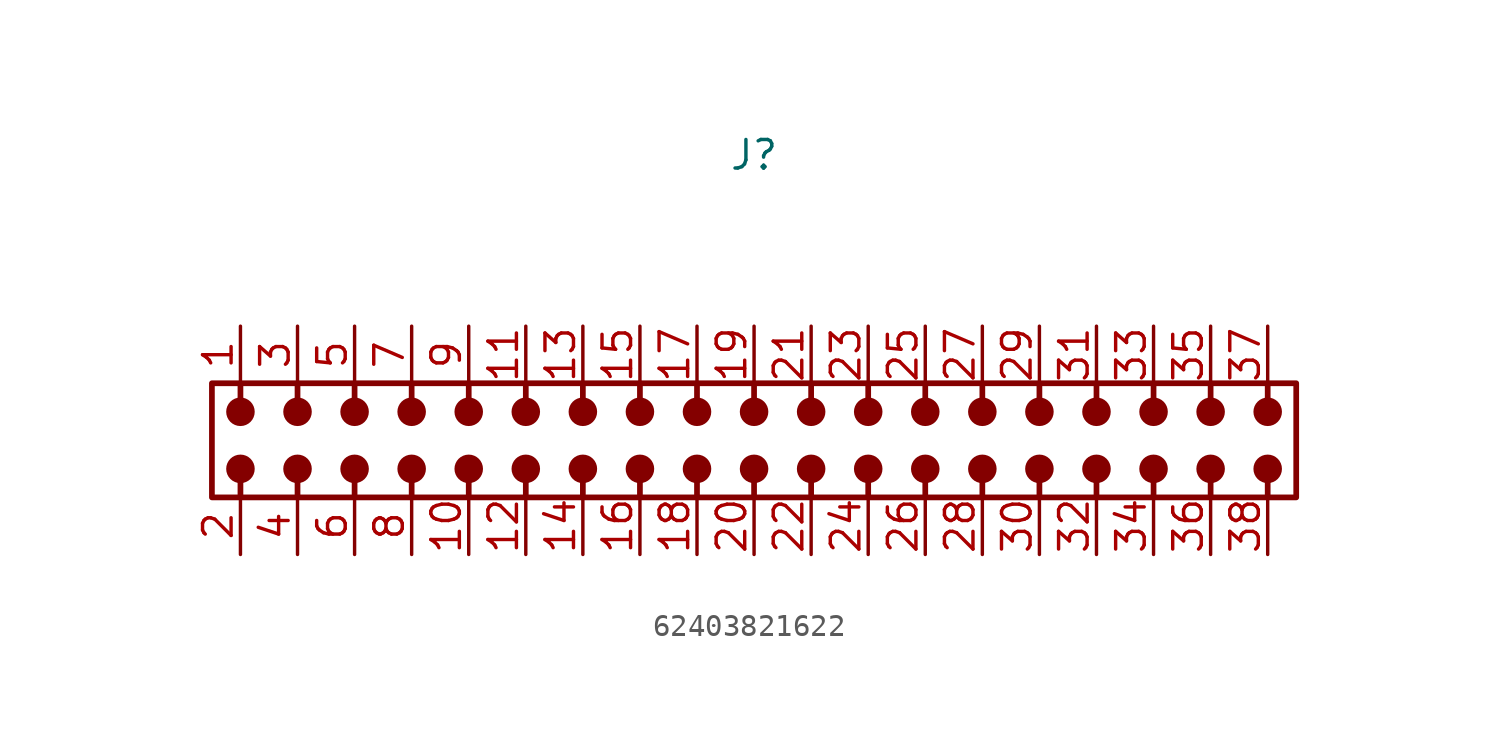
<source format=kicad_sym>
(kicad_symbol_lib
  (version 20241209)
  (generator "kicad_symbol_editor")
  (generator_version "9.0")
  (symbol "62403821622"
    (pin_names
      (hide yes))
    (property "Reference" "J"
      (at 0 12.7 0)
      (effects (font (size 1.27 1.27))))
    (symbol "62403821622_1_1"
      (rectangle (start -24.13 2.54) (end 24.13 -2.54) (stroke (width 0.254) (type solid)) (fill (type none)))
      (polyline (pts (xy -22.86 1.778) (xy -22.86 2.54)) (stroke (width 0.254) (type solid)) (fill (type none)))
      (circle (center -22.86 1.27) (radius 0.508) (stroke (width 0.254) (type solid)) (fill (type outline)))
      (circle (center -22.86 -1.27) (radius 0.508) (stroke (width 0.254) (type solid)) (fill (type outline)))
      (polyline (pts (xy -22.86 -1.778) (xy -22.86 -2.54)) (stroke (width 0.254) (type solid)) (fill (type none)))
      (polyline (pts (xy -20.32 1.778) (xy -20.32 2.54)) (stroke (width 0.254) (type solid)) (fill (type none)))
      (circle (center -20.32 1.27) (radius 0.508) (stroke (width 0.254) (type solid)) (fill (type outline)))
      (circle (center -20.32 -1.27) (radius 0.508) (stroke (width 0.254) (type solid)) (fill (type outline)))
      (polyline (pts (xy -20.32 -1.778) (xy -20.32 -2.54)) (stroke (width 0.254) (type solid)) (fill (type none)))
      (polyline (pts (xy -17.78 1.778) (xy -17.78 2.54)) (stroke (width 0.254) (type solid)) (fill (type none)))
      (circle (center -17.78 1.27) (radius 0.508) (stroke (width 0.254) (type solid)) (fill (type outline)))
      (circle (center -17.78 -1.27) (radius 0.508) (stroke (width 0.254) (type solid)) (fill (type outline)))
      (polyline (pts (xy -17.78 -1.778) (xy -17.78 -2.54)) (stroke (width 0.254) (type solid)) (fill (type none)))
      (polyline (pts (xy -15.24 1.778) (xy -15.24 2.54)) (stroke (width 0.254) (type solid)) (fill (type none)))
      (circle (center -15.24 1.27) (radius 0.508) (stroke (width 0.254) (type solid)) (fill (type outline)))
      (circle (center -15.24 -1.27) (radius 0.508) (stroke (width 0.254) (type solid)) (fill (type outline)))
      (polyline (pts (xy -15.24 -1.778) (xy -15.24 -2.54)) (stroke (width 0.254) (type solid)) (fill (type none)))
      (polyline (pts (xy -12.7 1.778) (xy -12.7 2.54)) (stroke (width 0.254) (type solid)) (fill (type none)))
      (circle (center -12.7 1.27) (radius 0.508) (stroke (width 0.254) (type solid)) (fill (type outline)))
      (circle (center -12.7 -1.27) (radius 0.508) (stroke (width 0.254) (type solid)) (fill (type outline)))
      (polyline (pts (xy -12.7 -1.778) (xy -12.7 -2.54)) (stroke (width 0.254) (type solid)) (fill (type none)))
      (polyline (pts (xy -10.16 1.778) (xy -10.16 2.54)) (stroke (width 0.254) (type solid)) (fill (type none)))
      (circle (center -10.16 1.27) (radius 0.508) (stroke (width 0.254) (type solid)) (fill (type outline)))
      (circle (center -10.16 -1.27) (radius 0.508) (stroke (width 0.254) (type solid)) (fill (type outline)))
      (polyline (pts (xy -10.16 -1.778) (xy -10.16 -2.54)) (stroke (width 0.254) (type solid)) (fill (type none)))
      (polyline (pts (xy -7.62 1.778) (xy -7.62 2.54)) (stroke (width 0.254) (type solid)) (fill (type none)))
      (circle (center -7.62 1.27) (radius 0.508) (stroke (width 0.254) (type solid)) (fill (type outline)))
      (circle (center -7.62 -1.27) (radius 0.508) (stroke (width 0.254) (type solid)) (fill (type outline)))
      (polyline (pts (xy -7.62 -1.778) (xy -7.62 -2.54)) (stroke (width 0.254) (type solid)) (fill (type none)))
      (polyline (pts (xy -5.08 1.778) (xy -5.08 2.54)) (stroke (width 0.254) (type solid)) (fill (type none)))
      (circle (center -5.08 1.27) (radius 0.508) (stroke (width 0.254) (type solid)) (fill (type outline)))
      (circle (center -5.08 -1.27) (radius 0.508) (stroke (width 0.254) (type solid)) (fill (type outline)))
      (polyline (pts (xy -5.08 -1.778) (xy -5.08 -2.54)) (stroke (width 0.254) (type solid)) (fill (type none)))
      (polyline (pts (xy -2.54 1.778) (xy -2.54 2.54)) (stroke (width 0.254) (type solid)) (fill (type none)))
      (circle (center -2.54 1.27) (radius 0.508) (stroke (width 0.254) (type solid)) (fill (type outline)))
      (circle (center -2.54 -1.27) (radius 0.508) (stroke (width 0.254) (type solid)) (fill (type outline)))
      (polyline (pts (xy -2.54 -1.778) (xy -2.54 -2.54)) (stroke (width 0.254) (type solid)) (fill (type none)))
      (polyline (pts (xy 0 1.778) (xy 0 2.54)) (stroke (width 0.254) (type solid)) (fill (type none)))
      (circle (center 0 1.27) (radius 0.508) (stroke (width 0.254) (type solid)) (fill (type outline)))
      (circle (center 0 -1.27) (radius 0.508) (stroke (width 0.254) (type solid)) (fill (type outline)))
      (polyline (pts (xy 0 -1.778) (xy 0 -2.54)) (stroke (width 0.254) (type solid)) (fill (type none)))
      (polyline (pts (xy 2.54 1.778) (xy 2.54 2.54)) (stroke (width 0.254) (type solid)) (fill (type none)))
      (circle (center 2.54 1.27) (radius 0.508) (stroke (width 0.254) (type solid)) (fill (type outline)))
      (circle (center 2.54 -1.27) (radius 0.508) (stroke (width 0.254) (type solid)) (fill (type outline)))
      (polyline (pts (xy 2.54 -1.778) (xy 2.54 -2.54)) (stroke (width 0.254) (type solid)) (fill (type none)))
      (polyline (pts (xy 5.08 1.778) (xy 5.08 2.54)) (stroke (width 0.254) (type solid)) (fill (type none)))
      (circle (center 5.08 1.27) (radius 0.508) (stroke (width 0.254) (type solid)) (fill (type outline)))
      (circle (center 5.08 -1.27) (radius 0.508) (stroke (width 0.254) (type solid)) (fill (type outline)))
      (polyline (pts (xy 5.08 -1.778) (xy 5.08 -2.54)) (stroke (width 0.254) (type solid)) (fill (type none)))
      (polyline (pts (xy 7.62 1.778) (xy 7.62 2.54)) (stroke (width 0.254) (type solid)) (fill (type none)))
      (circle (center 7.62 1.27) (radius 0.508) (stroke (width 0.254) (type solid)) (fill (type outline)))
      (circle (center 7.62 -1.27) (radius 0.508) (stroke (width 0.254) (type solid)) (fill (type outline)))
      (polyline (pts (xy 7.62 -1.778) (xy 7.62 -2.54)) (stroke (width 0.254) (type solid)) (fill (type none)))
      (polyline (pts (xy 10.16 1.778) (xy 10.16 2.54)) (stroke (width 0.254) (type solid)) (fill (type none)))
      (circle (center 10.16 1.27) (radius 0.508) (stroke (width 0.254) (type solid)) (fill (type outline)))
      (circle (center 10.16 -1.27) (radius 0.508) (stroke (width 0.254) (type solid)) (fill (type outline)))
      (polyline (pts (xy 10.16 -1.778) (xy 10.16 -2.54)) (stroke (width 0.254) (type solid)) (fill (type none)))
      (polyline (pts (xy 12.7 1.778) (xy 12.7 2.54)) (stroke (width 0.254) (type solid)) (fill (type none)))
      (circle (center 12.7 1.27) (radius 0.508) (stroke (width 0.254) (type solid)) (fill (type outline)))
      (circle (center 12.7 -1.27) (radius 0.508) (stroke (width 0.254) (type solid)) (fill (type outline)))
      (polyline (pts (xy 12.7 -1.778) (xy 12.7 -2.54)) (stroke (width 0.254) (type solid)) (fill (type none)))
      (polyline (pts (xy 15.24 1.778) (xy 15.24 2.54)) (stroke (width 0.254) (type solid)) (fill (type none)))
      (circle (center 15.24 1.27) (radius 0.508) (stroke (width 0.254) (type solid)) (fill (type outline)))
      (circle (center 15.24 -1.27) (radius 0.508) (stroke (width 0.254) (type solid)) (fill (type outline)))
      (polyline (pts (xy 15.24 -1.778) (xy 15.24 -2.54)) (stroke (width 0.254) (type solid)) (fill (type none)))
      (polyline (pts (xy 17.78 1.778) (xy 17.78 2.54)) (stroke (width 0.254) (type solid)) (fill (type none)))
      (circle (center 17.78 1.27) (radius 0.508) (stroke (width 0.254) (type solid)) (fill (type outline)))
      (circle (center 17.78 -1.27) (radius 0.508) (stroke (width 0.254) (type solid)) (fill (type outline)))
      (polyline (pts (xy 17.78 -1.778) (xy 17.78 -2.54)) (stroke (width 0.254) (type solid)) (fill (type none)))
      (polyline (pts (xy 20.32 1.778) (xy 20.32 2.54)) (stroke (width 0.254) (type solid)) (fill (type none)))
      (circle (center 20.32 1.27) (radius 0.508) (stroke (width 0.254) (type solid)) (fill (type outline)))
      (circle (center 20.32 -1.27) (radius 0.508) (stroke (width 0.254) (type solid)) (fill (type outline)))
      (polyline (pts (xy 20.32 -1.778) (xy 20.32 -2.54)) (stroke (width 0.254) (type solid)) (fill (type none)))
      (polyline (pts (xy 22.86 1.778) (xy 22.86 2.54)) (stroke (width 0.254) (type solid)) (fill (type none)))
      (circle (center 22.86 1.27) (radius 0.508) (stroke (width 0.254) (type solid)) (fill (type outline)))
      (circle (center 22.86 -1.27) (radius 0.508) (stroke (width 0.254) (type solid)) (fill (type outline)))
      (polyline (pts (xy 22.86 -1.778) (xy 22.86 -2.54)) (stroke (width 0.254) (type solid)) (fill (type none)))
      (pin passive line (at -22.86 5.08 270) (length 2.54) (name "1" (effects (font (size 1.27 1.27)))) (number "1" (effects (font (size 1.27 1.27)))))
      (pin passive line (at -22.86 -5.08 90) (length 2.54) (name "2" (effects (font (size 1.27 1.27)))) (number "2" (effects (font (size 1.27 1.27)))))
      (pin passive line (at -20.32 5.08 270) (length 2.54) (name "3" (effects (font (size 1.27 1.27)))) (number "3" (effects (font (size 1.27 1.27)))))
      (pin passive line (at -20.32 -5.08 90) (length 2.54) (name "4" (effects (font (size 1.27 1.27)))) (number "4" (effects (font (size 1.27 1.27)))))
      (pin passive line (at -17.78 5.08 270) (length 2.54) (name "5" (effects (font (size 1.27 1.27)))) (number "5" (effects (font (size 1.27 1.27)))))
      (pin passive line (at -17.78 -5.08 90) (length 2.54) (name "6" (effects (font (size 1.27 1.27)))) (number "6" (effects (font (size 1.27 1.27)))))
      (pin passive line (at -15.24 5.08 270) (length 2.54) (name "7" (effects (font (size 1.27 1.27)))) (number "7" (effects (font (size 1.27 1.27)))))
      (pin passive line (at -15.24 -5.08 90) (length 2.54) (name "8" (effects (font (size 1.27 1.27)))) (number "8" (effects (font (size 1.27 1.27)))))
      (pin passive line (at -12.7 5.08 270) (length 2.54) (name "9" (effects (font (size 1.27 1.27)))) (number "9" (effects (font (size 1.27 1.27)))))
      (pin passive line (at -12.7 -5.08 90) (length 2.54) (name "10" (effects (font (size 1.27 1.27)))) (number "10" (effects (font (size 1.27 1.27)))))
      (pin passive line (at -10.16 5.08 270) (length 2.54) (name "11" (effects (font (size 1.27 1.27)))) (number "11" (effects (font (size 1.27 1.27)))))
      (pin passive line (at -10.16 -5.08 90) (length 2.54) (name "12" (effects (font (size 1.27 1.27)))) (number "12" (effects (font (size 1.27 1.27)))))
      (pin passive line (at -7.62 5.08 270) (length 2.54) (name "13" (effects (font (size 1.27 1.27)))) (number "13" (effects (font (size 1.27 1.27)))))
      (pin passive line (at -7.62 -5.08 90) (length 2.54) (name "14" (effects (font (size 1.27 1.27)))) (number "14" (effects (font (size 1.27 1.27)))))
      (pin passive line (at -5.08 5.08 270) (length 2.54) (name "15" (effects (font (size 1.27 1.27)))) (number "15" (effects (font (size 1.27 1.27)))))
      (pin passive line (at -5.08 -5.08 90) (length 2.54) (name "16" (effects (font (size 1.27 1.27)))) (number "16" (effects (font (size 1.27 1.27)))))
      (pin passive line (at -2.54 5.08 270) (length 2.54) (name "17" (effects (font (size 1.27 1.27)))) (number "17" (effects (font (size 1.27 1.27)))))
      (pin passive line (at -2.54 -5.08 90) (length 2.54) (name "18" (effects (font (size 1.27 1.27)))) (number "18" (effects (font (size 1.27 1.27)))))
      (pin passive line (at 0 5.08 270) (length 2.54) (name "19" (effects (font (size 1.27 1.27)))) (number "19" (effects (font (size 1.27 1.27)))))
      (pin passive line (at 0 -5.08 90) (length 2.54) (name "20" (effects (font (size 1.27 1.27)))) (number "20" (effects (font (size 1.27 1.27)))))
      (pin passive line (at 2.54 5.08 270) (length 2.54) (name "21" (effects (font (size 1.27 1.27)))) (number "21" (effects (font (size 1.27 1.27)))))
      (pin passive line (at 2.54 -5.08 90) (length 2.54) (name "22" (effects (font (size 1.27 1.27)))) (number "22" (effects (font (size 1.27 1.27)))))
      (pin passive line (at 5.08 5.08 270) (length 2.54) (name "23" (effects (font (size 1.27 1.27)))) (number "23" (effects (font (size 1.27 1.27)))))
      (pin passive line (at 5.08 -5.08 90) (length 2.54) (name "24" (effects (font (size 1.27 1.27)))) (number "24" (effects (font (size 1.27 1.27)))))
      (pin passive line (at 7.62 5.08 270) (length 2.54) (name "25" (effects (font (size 1.27 1.27)))) (number "25" (effects (font (size 1.27 1.27)))))
      (pin passive line (at 7.62 -5.08 90) (length 2.54) (name "26" (effects (font (size 1.27 1.27)))) (number "26" (effects (font (size 1.27 1.27)))))
      (pin passive line (at 10.16 5.08 270) (length 2.54) (name "27" (effects (font (size 1.27 1.27)))) (number "27" (effects (font (size 1.27 1.27)))))
      (pin passive line (at 10.16 -5.08 90) (length 2.54) (name "28" (effects (font (size 1.27 1.27)))) (number "28" (effects (font (size 1.27 1.27)))))
      (pin passive line (at 12.7 5.08 270) (length 2.54) (name "29" (effects (font (size 1.27 1.27)))) (number "29" (effects (font (size 1.27 1.27)))))
      (pin passive line (at 12.7 -5.08 90) (length 2.54) (name "30" (effects (font (size 1.27 1.27)))) (number "30" (effects (font (size 1.27 1.27)))))
      (pin passive line (at 15.24 5.08 270) (length 2.54) (name "31" (effects (font (size 1.27 1.27)))) (number "31" (effects (font (size 1.27 1.27)))))
      (pin passive line (at 15.24 -5.08 90) (length 2.54) (name "32" (effects (font (size 1.27 1.27)))) (number "32" (effects (font (size 1.27 1.27)))))
      (pin passive line (at 17.78 5.08 270) (length 2.54) (name "33" (effects (font (size 1.27 1.27)))) (number "33" (effects (font (size 1.27 1.27)))))
      (pin passive line (at 17.78 -5.08 90) (length 2.54) (name "34" (effects (font (size 1.27 1.27)))) (number "34" (effects (font (size 1.27 1.27)))))
      (pin passive line (at 20.32 5.08 270) (length 2.54) (name "35" (effects (font (size 1.27 1.27)))) (number "35" (effects (font (size 1.27 1.27)))))
      (pin passive line (at 20.32 -5.08 90) (length 2.54) (name "36" (effects (font (size 1.27 1.27)))) (number "36" (effects (font (size 1.27 1.27)))))
      (pin passive line (at 22.86 5.08 270) (length 2.54) (name "37" (effects (font (size 1.27 1.27)))) (number "37" (effects (font (size 1.27 1.27)))))
      (pin passive line (at 22.86 -5.08 90) (length 2.54) (name "38" (effects (font (size 1.27 1.27)))) (number "38" (effects (font (size 1.27 1.27))))))))
</source>
